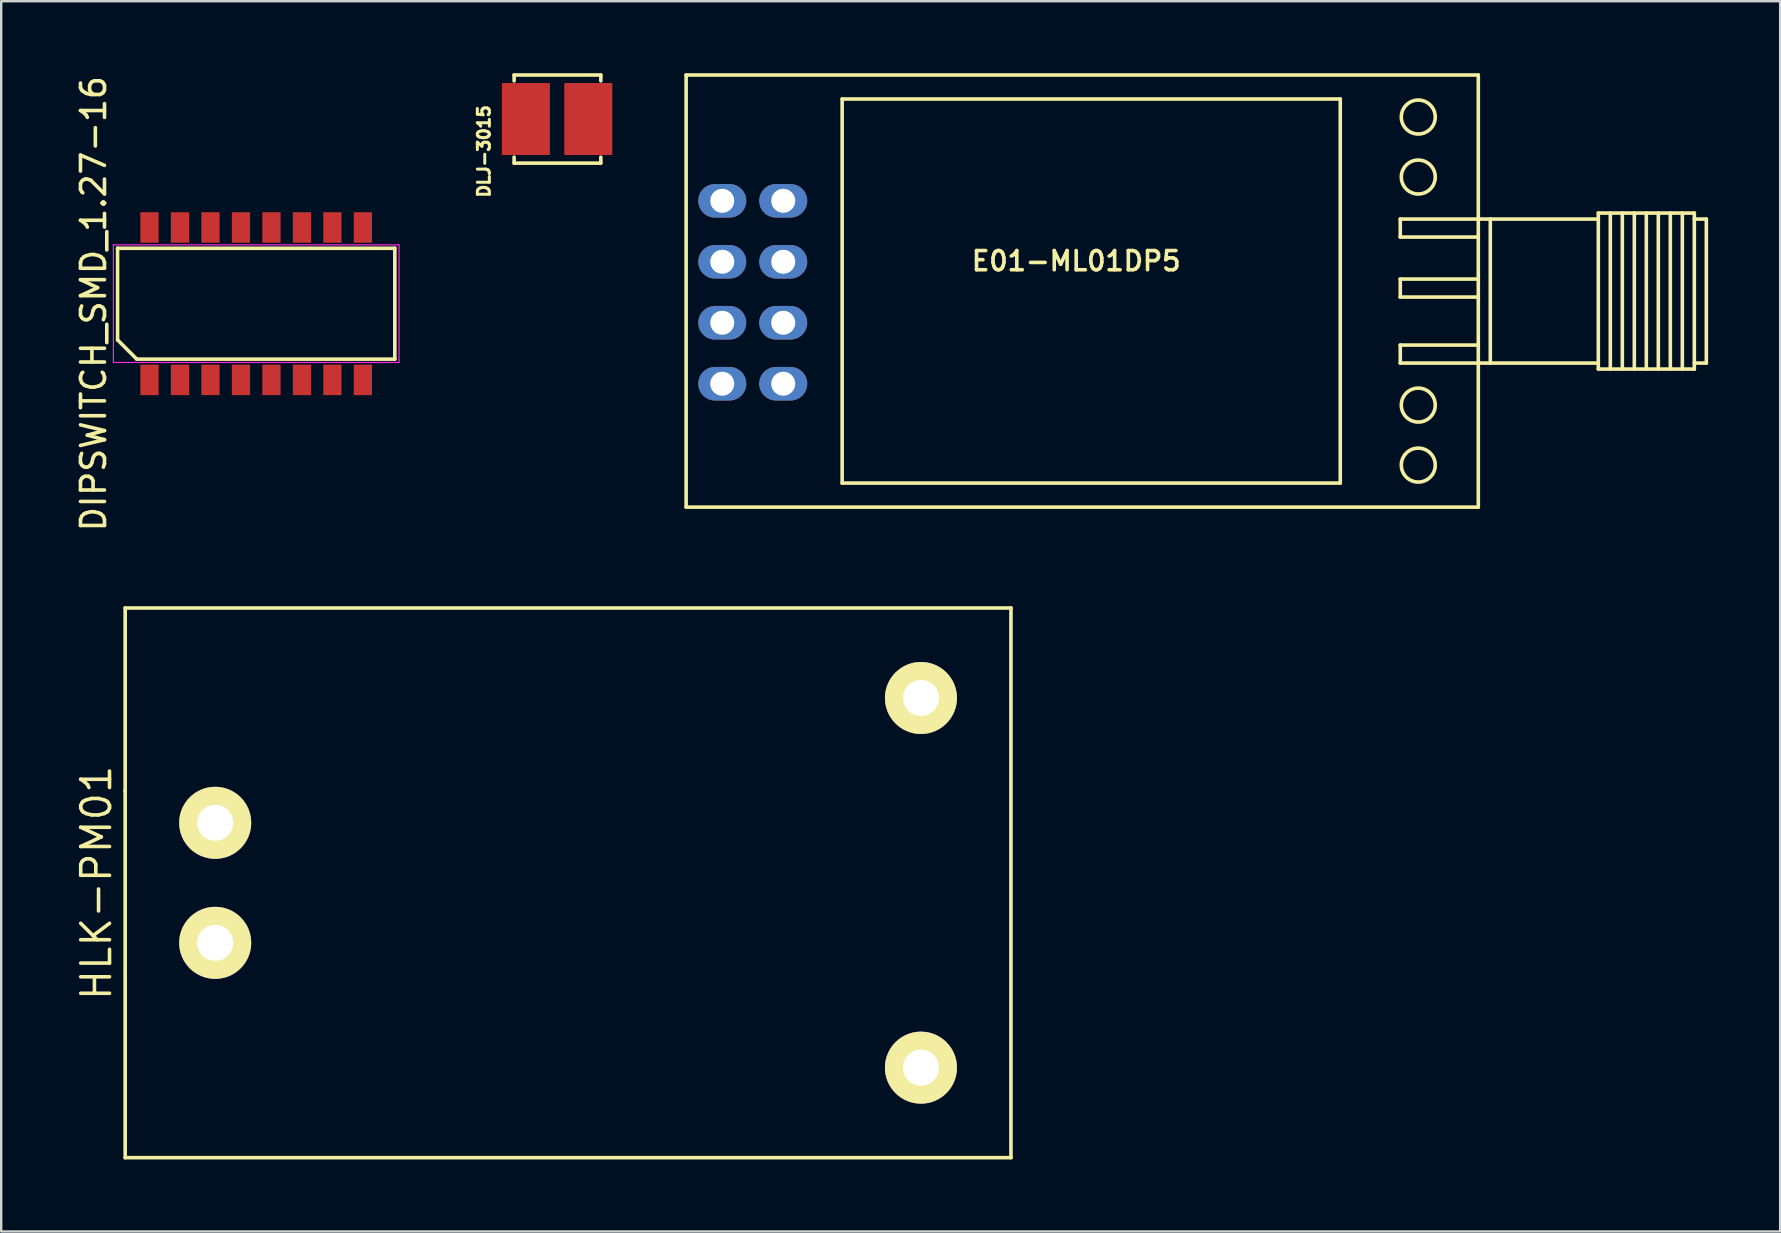
<source format=kicad_pcb>
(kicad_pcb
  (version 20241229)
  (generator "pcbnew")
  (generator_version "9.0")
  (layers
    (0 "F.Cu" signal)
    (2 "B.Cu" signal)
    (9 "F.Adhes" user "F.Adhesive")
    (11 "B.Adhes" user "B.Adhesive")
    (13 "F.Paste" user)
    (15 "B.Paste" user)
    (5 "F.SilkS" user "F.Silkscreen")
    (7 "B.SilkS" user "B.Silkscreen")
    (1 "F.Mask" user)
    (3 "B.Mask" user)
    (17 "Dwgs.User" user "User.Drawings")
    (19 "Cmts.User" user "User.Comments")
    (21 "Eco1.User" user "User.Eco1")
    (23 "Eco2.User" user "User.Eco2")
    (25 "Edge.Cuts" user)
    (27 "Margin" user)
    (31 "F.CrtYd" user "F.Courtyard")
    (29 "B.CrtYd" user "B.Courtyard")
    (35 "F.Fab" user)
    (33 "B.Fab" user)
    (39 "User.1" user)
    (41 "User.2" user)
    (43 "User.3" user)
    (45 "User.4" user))
  (footprint "HLK-PM01"
    (placed yes)
    (layer "F.Cu")
    (at 20.615 33.727)
    (property "Reference" "HLK-PM01" (at -19.65 0 90) (layer "F.SilkS") (effects (font (size 1.2 1.2) (thickness 0.15))))
    (attr through_hole)
    (fp_line (start -18.451 -3.863) (end -18.451 3.77) (stroke (width 0.15) (type solid)) (layer "F.SilkS"))
    (fp_line (start -18.45 -11.45) (end -18.45 -3.817) (stroke (width 0.15) (type solid)) (layer "F.SilkS"))
    (fp_line (start -18.45 3.817) (end -18.45 11.45) (stroke (width 0.15) (type solid)) (layer "F.SilkS"))
    (fp_line (start -18.45 11.45) (end 18.45 11.45) (stroke (width 0.15) (type solid)) (layer "F.SilkS"))
    (fp_line (start 18.45 -11.45) (end -18.45 -11.45) (stroke (width 0.15) (type solid)) (layer "F.SilkS"))
    (fp_line (start 18.45 11.45) (end 18.45 -11.45) (stroke (width 0.15) (type solid)) (layer "F.SilkS"))
    (pad "1" thru_hole circle (at -14.7 -2.5) (size 3 3) (drill 1.5) (layers "*.Cu" "*.Mask" "F.SilkS"))
    (pad "2" thru_hole circle (at -14.7 2.5) (size 3 3) (drill 1.5) (layers "*.Cu" "*.Mask" "F.SilkS"))
    (pad "3" thru_hole circle (at 14.7 7.7) (size 3 3) (drill 1.5) (layers "*.Cu" "*.Mask" "F.SilkS"))
    (pad "4" thru_hole circle (at 14.7 -7.7) (size 3 3) (drill 1.5) (layers "*.Cu" "*.Mask" "F.SilkS")))
  (footprint "DIPSWITCH_SMD_1.27-16"
    (layer "F.Cu")
    (at 7.623 9.601)
    (property "Reference" "DIPSWITCH_SMD_1.27-16" (at -6.775 0 90) (layer "F.SilkS") (effects (font (size 1 1) (thickness 0.15))))
    (attr smd)
    (fp_line (start -5.775 -2.31) (end 5.775 -2.31) (stroke (width 0.15) (type solid)) (layer "F.SilkS"))
    (fp_line (start -5.775 1.51) (end -5.775 -2.31) (stroke (width 0.15) (type solid)) (layer "F.SilkS"))
    (fp_line (start -4.975 2.31) (end -5.775 1.51) (stroke (width 0.15) (type solid)) (layer "F.SilkS"))
    (fp_line (start 5.775 -2.31) (end 5.775 2.31) (stroke (width 0.15) (type solid)) (layer "F.SilkS"))
    (fp_line (start 5.775 2.31) (end -4.975 2.31) (stroke (width 0.15) (type solid)) (layer "F.SilkS"))
    (fp_line (start -5.95 -2.45) (end 5.95 -2.45) (stroke (width 0.05) (type solid)) (layer "F.CrtYd"))
    (fp_line (start -5.95 2.45) (end -5.95 -2.45) (stroke (width 0.05) (type solid)) (layer "F.CrtYd"))
    (fp_line (start 5.95 -2.45) (end 5.95 2.45) (stroke (width 0.05) (type solid)) (layer "F.CrtYd"))
    (fp_line (start 5.95 2.45) (end -5.95 2.45) (stroke (width 0.05) (type solid)) (layer "F.CrtYd"))
    (pad "1" smd rect (at -4.445 3.175) (size 0.76 1.27) (layers "F.Cu" "F.Mask" "F.Paste"))
    (pad "2" smd rect (at -3.175 3.175) (size 0.76 1.27) (layers "F.Cu" "F.Mask" "F.Paste"))
    (pad "3" smd rect (at -1.905 3.175) (size 0.76 1.27) (layers "F.Cu" "F.Mask" "F.Paste"))
    (pad "4" smd rect (at -0.635 3.175) (size 0.76 1.27) (layers "F.Cu" "F.Mask" "F.Paste"))
    (pad "5" smd rect (at 0.635 3.175) (size 0.76 1.27) (layers "F.Cu" "F.Mask" "F.Paste"))
    (pad "6" smd rect (at 1.905 3.175) (size 0.76 1.27) (layers "F.Cu" "F.Mask" "F.Paste"))
    (pad "7" smd rect (at 3.175 3.175) (size 0.76 1.27) (layers "F.Cu" "F.Mask" "F.Paste"))
    (pad "8" smd rect (at 4.445 3.175) (size 0.76 1.27) (layers "F.Cu" "F.Mask" "F.Paste"))
    (pad "9" smd rect (at 4.445 -3.175) (size 0.76 1.27) (layers "F.Cu" "F.Mask" "F.Paste"))
    (pad "10" smd rect (at 3.175 -3.175) (size 0.76 1.27) (layers "F.Cu" "F.Mask" "F.Paste"))
    (pad "11" smd rect (at 1.905 -3.175) (size 0.76 1.27) (layers "F.Cu" "F.Mask" "F.Paste"))
    (pad "12" smd rect (at 0.635 -3.175) (size 0.76 1.27) (layers "F.Cu" "F.Mask" "F.Paste"))
    (pad "13" smd rect (at -0.635 -3.175) (size 0.76 1.27) (layers "F.Cu" "F.Mask" "F.Paste"))
    (pad "14" smd rect (at -1.905 -3.175) (size 0.76 1.27) (layers "F.Cu" "F.Mask" "F.Paste"))
    (pad "15" smd rect (at -3.175 -3.175) (size 0.76 1.27) (layers "F.Cu" "F.Mask" "F.Paste"))
    (pad "16" smd rect (at -4.445 -3.175) (size 0.76 1.27) (layers "F.Cu" "F.Mask" "F.Paste")))
  (footprint "DLJ-3015"
    (layer "F.Cu")
    (at 20.158 1.909)
    (property "Reference" "DLJ-3015" (at -3.048 1.346 90) (layer "F.SilkS") (effects (font (size 0.5 0.5) (thickness 0.125))))
    (attr through_hole)
    (fp_line (start -1.791 -1.834) (end -1.791 -1.587) (stroke (width 0.15) (type solid)) (layer "F.SilkS"))
    (fp_line (start -1.791 1.836) (end -1.791 1.587) (stroke (width 0.15) (type solid)) (layer "F.SilkS"))
    (fp_line (start -1.791 1.836) (end 1.819 1.836) (stroke (width 0.15) (type solid)) (layer "F.SilkS"))
    (fp_line (start 1.821 -1.59) (end 1.821 -1.834) (stroke (width 0.15) (type solid)) (layer "F.SilkS"))
    (fp_line (start 1.821 1.834) (end 1.821 1.59) (stroke (width 0.15) (type solid)) (layer "F.SilkS"))
    (fp_line (start 1.821 -1.834) (end -1.791 -1.834) (stroke (width 0.15) (type solid)) (layer "F.SilkS"))
    (pad "1" smd rect (at -1.3 0) (size 2 3) (layers "F.Cu" "F.Mask" "F.Paste"))
    (pad "2" smd rect (at 1.3 0) (size 2 3) (layers "F.Cu" "F.Mask" "F.Paste")))
  (footprint "E01-ML01DP5"
    (layer "F.Cu")
    (at 46.783 9.075)
    (property "Reference" "E01-ML01DP5" (at -5 -1.25 0) (layer "F.SilkS") (effects (font (size 0.8 0.8) (thickness 0.15))))
    (attr through_hole)
    (fp_line (start -21.25 -9) (end -21.25 9) (stroke (width 0.15) (type solid)) (layer "F.SilkS"))
    (fp_line (start -21.25 9) (end 11.75 9) (stroke (width 0.15) (type solid)) (layer "F.SilkS"))
    (fp_line (start -14.75 -8) (end 6 -8) (stroke (width 0.15) (type solid)) (layer "F.SilkS"))
    (fp_line (start -14.75 8) (end -14.75 -8) (stroke (width 0.15) (type solid)) (layer "F.SilkS"))
    (fp_line (start 6 -8) (end 6 8) (stroke (width 0.15) (type solid)) (layer "F.SilkS"))
    (fp_line (start 6 8) (end -14.75 8) (stroke (width 0.15) (type solid)) (layer "F.SilkS"))
    (fp_line (start 8.496 -3) (end 16.75 -3) (stroke (width 0.15) (type solid)) (layer "F.SilkS"))
    (fp_line (start 8.496 -2.25) (end 11.75 -2.25) (stroke (width 0.15) (type solid)) (layer "F.SilkS"))
    (fp_line (start 8.496 -0.5) (end 11.75 -0.5) (stroke (width 0.15) (type solid)) (layer "F.SilkS"))
    (fp_line (start 8.496 0.25) (end 11.75 0.25) (stroke (width 0.15) (type solid)) (layer "F.SilkS"))
    (fp_line (start 8.496 2.25) (end 11.75 2.25) (stroke (width 0.15) (type solid)) (layer "F.SilkS"))
    (fp_line (start 8.5 -3) (end 8.5 -2.25) (stroke (width 0.15) (type solid)) (layer "F.SilkS"))
    (fp_line (start 8.5 -0.5) (end 8.5 0.25) (stroke (width 0.15) (type solid)) (layer "F.SilkS"))
    (fp_line (start 8.5 2.25) (end 8.5 3) (stroke (width 0.15) (type solid)) (layer "F.SilkS"))
    (fp_line (start 11.75 -9) (end -21.25 -9) (stroke (width 0.15) (type solid)) (layer "F.SilkS"))
    (fp_line (start 11.75 9) (end 11.75 -9) (stroke (width 0.15) (type solid)) (layer "F.SilkS"))
    (fp_line (start 12.25 -3) (end 12.25 3) (stroke (width 0.15) (type solid)) (layer "F.SilkS"))
    (fp_line (start 16.75 -3.25) (end 16.75 3.25) (stroke (width 0.15) (type solid)) (layer "F.SilkS"))
    (fp_line (start 16.75 -3.25) (end 20.75 -3.25) (stroke (width 0.15) (type solid)) (layer "F.SilkS"))
    (fp_line (start 16.75 3) (end 8.5 3) (stroke (width 0.15) (type solid)) (layer "F.SilkS"))
    (fp_line (start 16.75 3.25) (end 20.75 3.25) (stroke (width 0.15) (type solid)) (layer "F.SilkS"))
    (fp_line (start 17.25 -3.25) (end 17.25 3.25) (stroke (width 0.15) (type solid)) (layer "F.SilkS"))
    (fp_line (start 17.75 -3.25) (end 17.75 3.25) (stroke (width 0.15) (type solid)) (layer "F.SilkS"))
    (fp_line (start 18.25 -3.25) (end 18.25 3.25) (stroke (width 0.15) (type solid)) (layer "F.SilkS"))
    (fp_line (start 18.75 -3.25) (end 18.75 3.25) (stroke (width 0.15) (type solid)) (layer "F.SilkS"))
    (fp_line (start 19.25 -3.25) (end 19.25 3.25) (stroke (width 0.15) (type solid)) (layer "F.SilkS"))
    (fp_line (start 19.75 -3.25) (end 19.75 3.25) (stroke (width 0.15) (type solid)) (layer "F.SilkS"))
    (fp_line (start 20.25 -3.25) (end 20.25 3.25) (stroke (width 0.15) (type solid)) (layer "F.SilkS"))
    (fp_line (start 20.75 -3.25) (end 20.75 3.25) (stroke (width 0.15) (type solid)) (layer "F.SilkS"))
    (fp_line (start 20.75 -3) (end 21.25 -3) (stroke (width 0.15) (type solid)) (layer "F.SilkS"))
    (fp_line (start 20.75 3) (end 21.25 3) (stroke (width 0.15) (type solid)) (layer "F.SilkS"))
    (fp_line (start 21.25 -3) (end 21.25 3) (stroke (width 0.15) (type solid)) (layer "F.SilkS"))
    (fp_circle (center 9.25 -7.25) (end 9.75 -6.75) (stroke (width 0.15) (type solid)) (fill no) (layer "F.SilkS"))
    (fp_circle (center 9.25 -4.75) (end 9.75 -4.25) (stroke (width 0.15) (type solid)) (fill no) (layer "F.SilkS"))
    (fp_circle (center 9.25 4.75) (end 9.75 5.25) (stroke (width 0.15) (type solid)) (fill no) (layer "F.SilkS"))
    (fp_circle (center 9.25 7.25) (end 9.75 7.75) (stroke (width 0.15) (type solid)) (fill no) (layer "F.SilkS"))
    (pad "1" thru_hole oval (at -19.745 -3.76 90) (size 1.4 2) (drill 1) (layers "*.Cu" "*.Mask"))
    (pad "2" thru_hole oval (at -17.205 -3.76 90) (size 1.4 2) (drill 1) (layers "*.Cu" "*.Mask"))
    (pad "3" thru_hole oval (at -19.745 -1.22 90) (size 1.4 2) (drill 1) (layers "*.Cu" "*.Mask"))
    (pad "4" thru_hole oval (at -17.205 -1.22 90) (size 1.4 2) (drill 1) (layers "*.Cu" "*.Mask"))
    (pad "5" thru_hole oval (at -19.745 1.32 90) (size 1.4 2) (drill 1) (layers "*.Cu" "*.Mask"))
    (pad "6" thru_hole oval (at -17.205 1.32 90) (size 1.4 2) (drill 1) (layers "*.Cu" "*.Mask"))
    (pad "7" thru_hole oval (at -19.745 3.86 90) (size 1.4 2) (drill 1) (layers "*.Cu" "*.Mask"))
    (pad "8" thru_hole oval (at -17.205 3.86 90) (size 1.4 2) (drill 1) (layers "*.Cu" "*.Mask")))
  (gr_rect
    (start -3 -3)
    (end 71.108 48.252)
    (stroke (width 0.1) (type default))
    (fill no)
    (layer "Edge.Cuts")))
</source>
